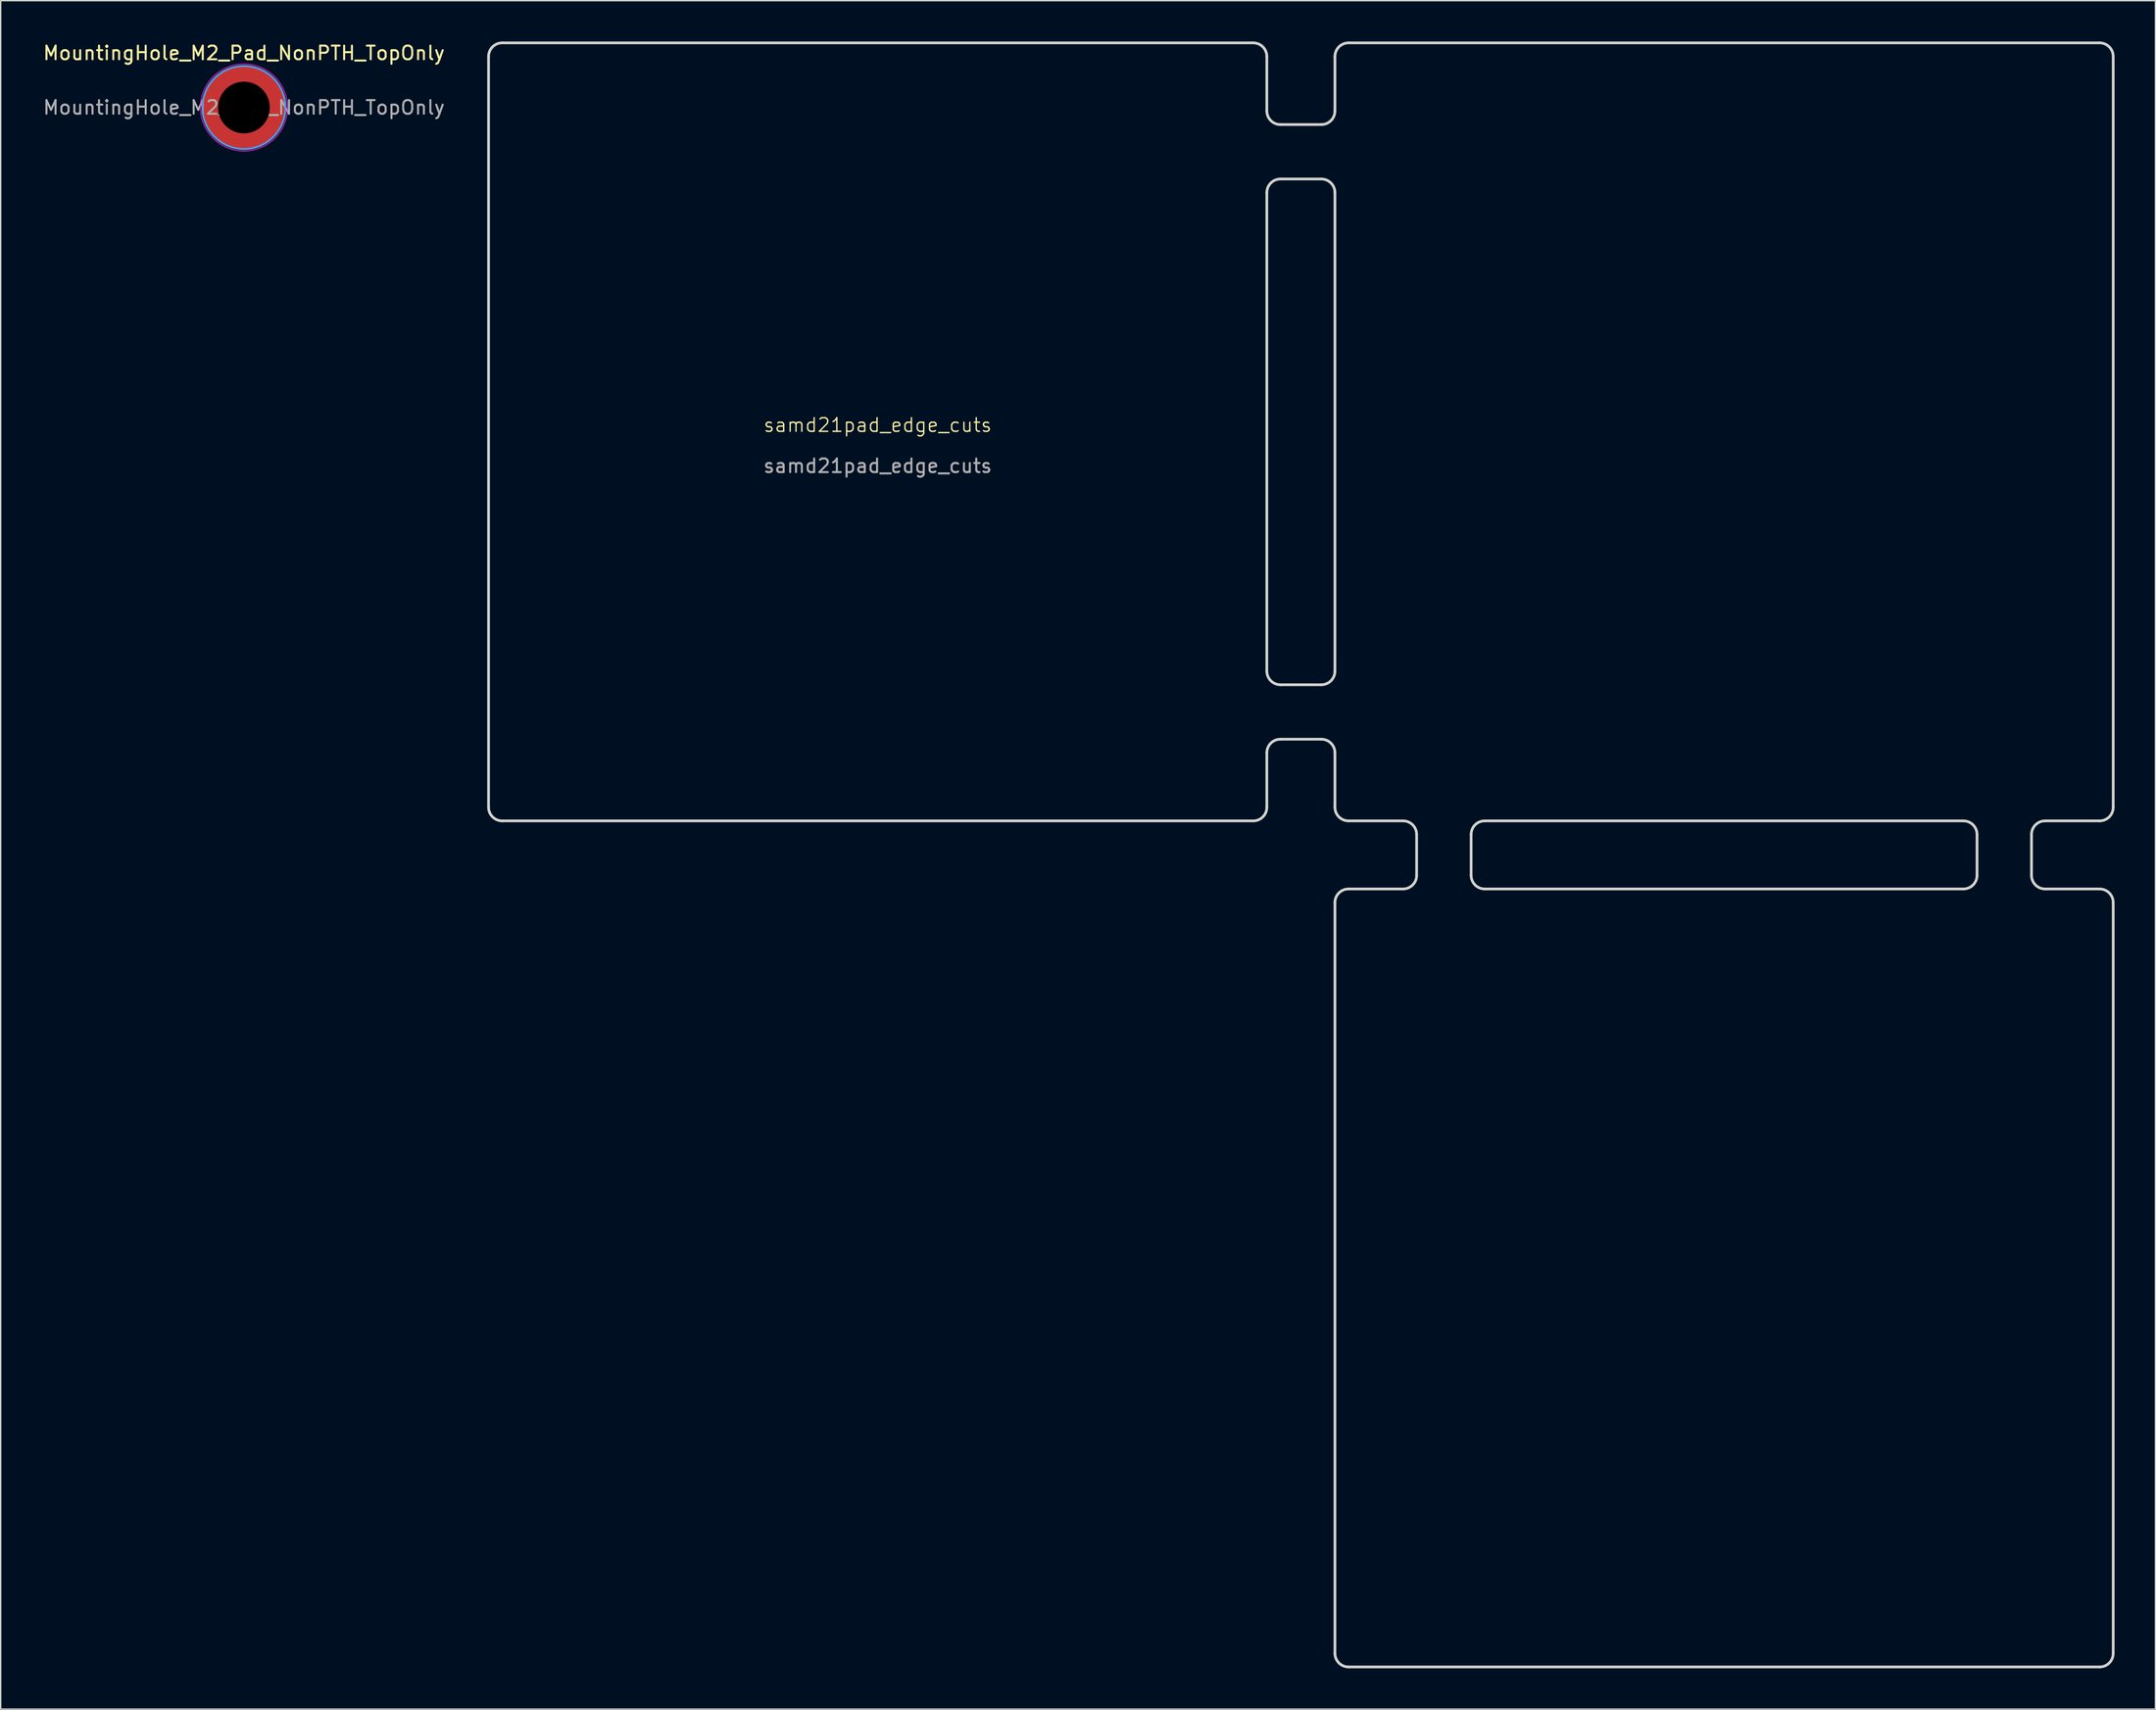
<source format=kicad_pcb>
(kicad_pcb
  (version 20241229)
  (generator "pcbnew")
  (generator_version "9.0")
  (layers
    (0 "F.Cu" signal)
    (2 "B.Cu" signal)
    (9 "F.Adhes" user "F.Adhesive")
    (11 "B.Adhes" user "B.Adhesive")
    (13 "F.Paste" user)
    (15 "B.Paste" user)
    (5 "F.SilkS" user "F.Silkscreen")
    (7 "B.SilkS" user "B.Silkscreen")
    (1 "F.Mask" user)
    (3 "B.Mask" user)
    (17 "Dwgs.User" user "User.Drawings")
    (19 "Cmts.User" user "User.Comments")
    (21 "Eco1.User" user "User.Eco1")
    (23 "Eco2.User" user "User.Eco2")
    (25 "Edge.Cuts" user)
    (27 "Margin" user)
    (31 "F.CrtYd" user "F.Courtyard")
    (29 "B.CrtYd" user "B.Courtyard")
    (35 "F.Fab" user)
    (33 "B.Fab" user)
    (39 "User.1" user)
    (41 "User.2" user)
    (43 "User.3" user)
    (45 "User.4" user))
  (footprint "MountingHole_M2_Pad_NonPTH_TopOnly"
    (layer "F.Cu")
    (at 14.863 4.848)
    (property "Reference" "MountingHole_M2_Pad_NonPTH_TopOnly" (at 0 -4 0) (layer "F.SilkS") (effects (font (size 1 1) (thickness 0.15))))
    (attr smd)
    (fp_circle (center -2.47 0) (end -1.97 0) (stroke (width 0.12) (type solid)) (fill yes) (layer "F.Paste"))
    (fp_circle (center -2.139 -1.235) (end -1.639 -1.235) (stroke (width 0.12) (type solid)) (fill yes) (layer "F.Paste"))
    (fp_circle (center -2.139 1.235) (end -1.639 1.235) (stroke (width 0.12) (type solid)) (fill yes) (layer "F.Paste"))
    (fp_circle (center -1.235 -2.139) (end -0.735 -2.139) (stroke (width 0.12) (type solid)) (fill yes) (layer "F.Paste"))
    (fp_circle (center -1.235 2.139) (end -0.735 2.139) (stroke (width 0.12) (type solid)) (fill yes) (layer "F.Paste"))
    (fp_circle (center 0 -2.47) (end 0.5 -2.47) (stroke (width 0.12) (type solid)) (fill yes) (layer "F.Paste"))
    (fp_circle (center 0 2.47) (end 0.5 2.47) (stroke (width 0.12) (type solid)) (fill yes) (layer "F.Paste"))
    (fp_circle (center 1.235 -2.139) (end 1.735 -2.139) (stroke (width 0.12) (type solid)) (fill yes) (layer "F.Paste"))
    (fp_circle (center 1.235 2.139) (end 1.735 2.139) (stroke (width 0.12) (type solid)) (fill yes) (layer "F.Paste"))
    (fp_circle (center 2.139 -1.235) (end 2.639 -1.235) (stroke (width 0.12) (type solid)) (fill yes) (layer "F.Paste"))
    (fp_circle (center 2.139 1.235) (end 2.639 1.235) (stroke (width 0.12) (type solid)) (fill yes) (layer "F.Paste"))
    (fp_circle (center 2.47 0) (end 2.97 0) (stroke (width 0.12) (type solid)) (fill yes) (layer "F.Paste"))
    (fp_circle (center 0 0) (end 3.05 0) (stroke (width 0.15) (type solid)) (fill no) (layer "Cmts.User"))
    (fp_circle (center 0 0) (end 3 0) (stroke (width 0.12) (type solid)) (fill no) (layer "Eco1.User"))
    (fp_circle (center 0 0) (end 3.2 0) (stroke (width 0.05) (type solid)) (fill no) (layer "F.CrtYd"))
    (fp_text user "${REFERENCE}" (at 0 0 0) (layer "F.Fab") (effects (font (size 1 1) (thickness 0.15))))
    (pad "" np_thru_hole circle (at 0 0) (size 3.8 3.8) (drill 3.8) (layers "*.Mask"))
    (pad "1" smd circle (at 0 0) (size 6.1 6.1) (layers "F.Cu" "F.Mask")))
  (footprint "samd21pad_edge_cuts"
    (layer "F.Cu")
    (at 61.401 28.675)
    (property "Reference" "samd21pad_edge_cuts" (at 0 -0.5 0) (unlocked yes) (layer "F.SilkS") (effects (font (size 1 1) (thickness 0.1))))
    (attr smd)
    (fp_line (start -28.575 27.575) (end -28.575 -27.575) (stroke (width 0.2) (type solid)) (layer "Edge.Cuts"))
    (fp_line (start -27.575 -28.575) (end 27.575 -28.575) (stroke (width 0.2) (type solid)) (layer "Edge.Cuts"))
    (fp_line (start 27.575 28.575) (end -27.575 28.575) (stroke (width 0.2) (type solid)) (layer "Edge.Cuts"))
    (fp_line (start 28.575 -27.575) (end 28.575 -23.575) (stroke (width 0.2) (type solid)) (layer "Edge.Cuts"))
    (fp_line (start 28.575 -17.575) (end 28.575 17.575) (stroke (width 0.2) (type solid)) (layer "Edge.Cuts"))
    (fp_line (start 28.575 23.575) (end 28.575 27.575) (stroke (width 0.2) (type solid)) (layer "Edge.Cuts"))
    (fp_line (start 29.575 -22.575) (end 32.575 -22.575) (stroke (width 0.2) (type solid)) (layer "Edge.Cuts"))
    (fp_line (start 29.575 -18.575) (end 32.575 -18.575) (stroke (width 0.2) (type solid)) (layer "Edge.Cuts"))
    (fp_line (start 29.575 18.575) (end 32.575 18.575) (stroke (width 0.2) (type solid)) (layer "Edge.Cuts"))
    (fp_line (start 29.575 22.575) (end 32.575 22.575) (stroke (width 0.2) (type solid)) (layer "Edge.Cuts"))
    (fp_line (start 33.575 -23.575) (end 33.575 -27.575) (stroke (width 0.2) (type solid)) (layer "Edge.Cuts"))
    (fp_line (start 33.575 -17.575) (end 33.575 17.575) (stroke (width 0.2) (type solid)) (layer "Edge.Cuts"))
    (fp_line (start 33.575 23.575) (end 33.575 27.575) (stroke (width 0.2) (type solid)) (layer "Edge.Cuts"))
    (fp_line (start 33.575 89.725) (end 33.575 34.575) (stroke (width 0.2) (type solid)) (layer "Edge.Cuts"))
    (fp_line (start 34.575 -28.575) (end 89.725 -28.575) (stroke (width 0.2) (type solid)) (layer "Edge.Cuts"))
    (fp_line (start 38.575 28.575) (end 34.575 28.575) (stroke (width 0.2) (type solid)) (layer "Edge.Cuts"))
    (fp_line (start 38.575 33.575) (end 34.575 33.575) (stroke (width 0.2) (type solid)) (layer "Edge.Cuts"))
    (fp_line (start 39.575 29.575) (end 39.575 32.575) (stroke (width 0.2) (type solid)) (layer "Edge.Cuts"))
    (fp_line (start 43.575 29.575) (end 43.575 32.575) (stroke (width 0.2) (type solid)) (layer "Edge.Cuts"))
    (fp_line (start 44.575 28.575) (end 79.725 28.575) (stroke (width 0.2) (type solid)) (layer "Edge.Cuts"))
    (fp_line (start 79.725 33.575) (end 44.575 33.575) (stroke (width 0.2) (type solid)) (layer "Edge.Cuts"))
    (fp_line (start 80.725 29.575) (end 80.725 32.575) (stroke (width 0.2) (type solid)) (layer "Edge.Cuts"))
    (fp_line (start 84.725 29.575) (end 84.725 32.575) (stroke (width 0.2) (type solid)) (layer "Edge.Cuts"))
    (fp_line (start 85.725 28.575) (end 89.725 28.575) (stroke (width 0.2) (type solid)) (layer "Edge.Cuts"))
    (fp_line (start 89.725 33.575) (end 85.725 33.575) (stroke (width 0.2) (type solid)) (layer "Edge.Cuts"))
    (fp_line (start 89.725 90.725) (end 34.575 90.725) (stroke (width 0.2) (type solid)) (layer "Edge.Cuts"))
    (fp_line (start 90.725 -27.575) (end 90.725 27.575) (stroke (width 0.2) (type solid)) (layer "Edge.Cuts"))
    (fp_line (start 90.725 34.575) (end 90.725 89.725) (stroke (width 0.2) (type solid)) (layer "Edge.Cuts"))
    (fp_arc (start -28.575 -27.575) (mid -28.282107 -28.282107) (end -27.575 -28.575) (stroke (width 0.2) (type solid)) (layer "Edge.Cuts"))
    (fp_arc (start -27.575 28.575) (mid -28.282107 28.282107) (end -28.575 27.575) (stroke (width 0.2) (type solid)) (layer "Edge.Cuts"))
    (fp_arc (start 27.575 -28.575) (mid 28.282107 -28.282107) (end 28.575 -27.575) (stroke (width 0.2) (type solid)) (layer "Edge.Cuts"))
    (fp_arc (start 28.575 -17.575) (mid 28.867893 -18.282107) (end 29.575 -18.575) (stroke (width 0.2) (type solid)) (layer "Edge.Cuts"))
    (fp_arc (start 28.575 23.575) (mid 28.867893 22.867893) (end 29.575 22.575) (stroke (width 0.2) (type solid)) (layer "Edge.Cuts"))
    (fp_arc (start 28.575 27.575) (mid 28.282107 28.282107) (end 27.575 28.575) (stroke (width 0.2) (type solid)) (layer "Edge.Cuts"))
    (fp_arc (start 29.575 -22.575) (mid 28.867893 -22.867893) (end 28.575 -23.575) (stroke (width 0.2) (type solid)) (layer "Edge.Cuts"))
    (fp_arc (start 29.575 18.575) (mid 28.867893 18.282107) (end 28.575 17.575) (stroke (width 0.2) (type solid)) (layer "Edge.Cuts"))
    (fp_arc (start 32.575 -18.575) (mid 33.282107 -18.282107) (end 33.575 -17.575) (stroke (width 0.2) (type solid)) (layer "Edge.Cuts"))
    (fp_arc (start 32.575 22.575) (mid 33.282107 22.867893) (end 33.575 23.575) (stroke (width 0.2) (type solid)) (layer "Edge.Cuts"))
    (fp_arc (start 33.575 -27.575) (mid 33.867893 -28.282107) (end 34.575 -28.575) (stroke (width 0.2) (type solid)) (layer "Edge.Cuts"))
    (fp_arc (start 33.575 -23.575) (mid 33.282107 -22.867893) (end 32.575 -22.575) (stroke (width 0.2) (type solid)) (layer "Edge.Cuts"))
    (fp_arc (start 33.575 17.575) (mid 33.282107 18.282107) (end 32.575 18.575) (stroke (width 0.2) (type solid)) (layer "Edge.Cuts"))
    (fp_arc (start 33.575 34.575) (mid 33.867893 33.867893) (end 34.575 33.575) (stroke (width 0.2) (type solid)) (layer "Edge.Cuts"))
    (fp_arc (start 34.575 28.575) (mid 33.867893 28.282107) (end 33.575 27.575) (stroke (width 0.2) (type solid)) (layer "Edge.Cuts"))
    (fp_arc (start 34.575 90.725) (mid 33.867893 90.432107) (end 33.575 89.725) (stroke (width 0.2) (type solid)) (layer "Edge.Cuts"))
    (fp_arc (start 38.575 28.575) (mid 39.282107 28.867893) (end 39.575 29.575) (stroke (width 0.2) (type solid)) (layer "Edge.Cuts"))
    (fp_arc (start 39.575 32.575) (mid 39.282107 33.282107) (end 38.575 33.575) (stroke (width 0.2) (type solid)) (layer "Edge.Cuts"))
    (fp_arc (start 43.575 29.575) (mid 43.867893 28.867893) (end 44.575 28.575) (stroke (width 0.2) (type solid)) (layer "Edge.Cuts"))
    (fp_arc (start 44.575 33.575) (mid 43.867893 33.282107) (end 43.575 32.575) (stroke (width 0.2) (type solid)) (layer "Edge.Cuts"))
    (fp_arc (start 79.725 28.575) (mid 80.432107 28.867893) (end 80.725 29.575) (stroke (width 0.2) (type solid)) (layer "Edge.Cuts"))
    (fp_arc (start 80.725 32.575) (mid 80.432107 33.282107) (end 79.725 33.575) (stroke (width 0.2) (type solid)) (layer "Edge.Cuts"))
    (fp_arc (start 84.725 29.575) (mid 85.017893 28.867893) (end 85.725 28.575) (stroke (width 0.2) (type solid)) (layer "Edge.Cuts"))
    (fp_arc (start 85.725 33.575) (mid 85.017893 33.282107) (end 84.725 32.575) (stroke (width 0.2) (type solid)) (layer "Edge.Cuts"))
    (fp_arc (start 89.725 -28.575) (mid 90.432107 -28.282107) (end 90.725 -27.575) (stroke (width 0.2) (type solid)) (layer "Edge.Cuts"))
    (fp_arc (start 89.725 33.575) (mid 90.432107 33.867893) (end 90.725 34.575) (stroke (width 0.2) (type solid)) (layer "Edge.Cuts"))
    (fp_arc (start 90.725 27.575) (mid 90.432107 28.282107) (end 89.725 28.575) (stroke (width 0.2) (type solid)) (layer "Edge.Cuts"))
    (fp_arc (start 90.725 89.725) (mid 90.432107 90.432107) (end 89.725 90.725) (stroke (width 0.2) (type solid)) (layer "Edge.Cuts"))
    (fp_text user "${REFERENCE}" (at 0 2.5 0) (unlocked yes) (layer "F.Fab") (effects (font (size 1 1) (thickness 0.15)))))
  (gr_rect
    (start -3 -3)
    (end 155.226 122.5)
    (stroke (width 0.1) (type default))
    (fill no)
    (layer "Edge.Cuts")))
</source>
